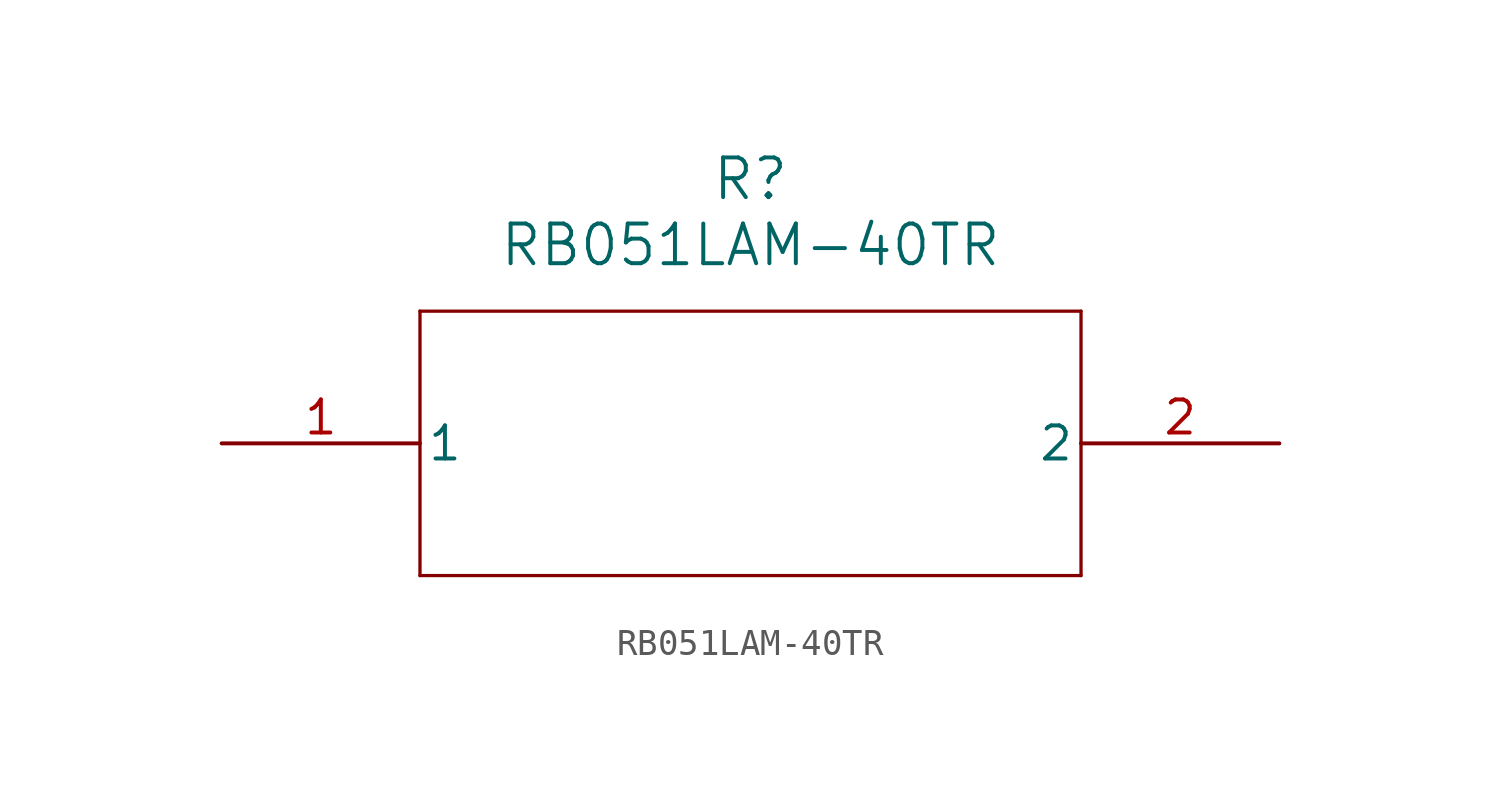
<source format=kicad_sym>
(kicad_symbol_lib
  (version 20211014)
  (generator kicad_symbol_editor)
  (symbol "RB051LAM-40TR"
    (pin_names
      (offset 0.254))
    (property "Reference" "R"
      (at 20.32 10.16 0)
      (effects (font (size 1.524 1.524))))
    (property "Value" "RB051LAM-40TR"
      (at 20.32 7.62 0)
      (effects (font (size 1.524 1.524))))
    (symbol "RB051LAM-40TR_0_1"
      (polyline (pts (xy 7.62 5.08) (xy 7.62 -5.08)) (stroke (width 0.127) (type default) (color 0 0 0 0)) (fill (type none)))
      (polyline (pts (xy 7.62 -5.08) (xy 33.02 -5.08)) (stroke (width 0.127) (type default) (color 0 0 0 0)) (fill (type none)))
      (polyline (pts (xy 33.02 -5.08) (xy 33.02 5.08)) (stroke (width 0.127) (type default) (color 0 0 0 0)) (fill (type none)))
      (polyline (pts (xy 33.02 5.08) (xy 7.62 5.08)) (stroke (width 0.127) (type default) (color 0 0 0 0)) (fill (type none)))
      (pin unspecified line (at 0 0 0) (length 7.62) (name "1" (effects (font (size 1.27 1.27)))) (number "1" (effects (font (size 1.27 1.27)))))
      (pin unspecified line (at 40.64 0 180) (length 7.62) (name "2" (effects (font (size 1.27 1.27)))) (number "2" (effects (font (size 1.27 1.27))))))))
</source>
